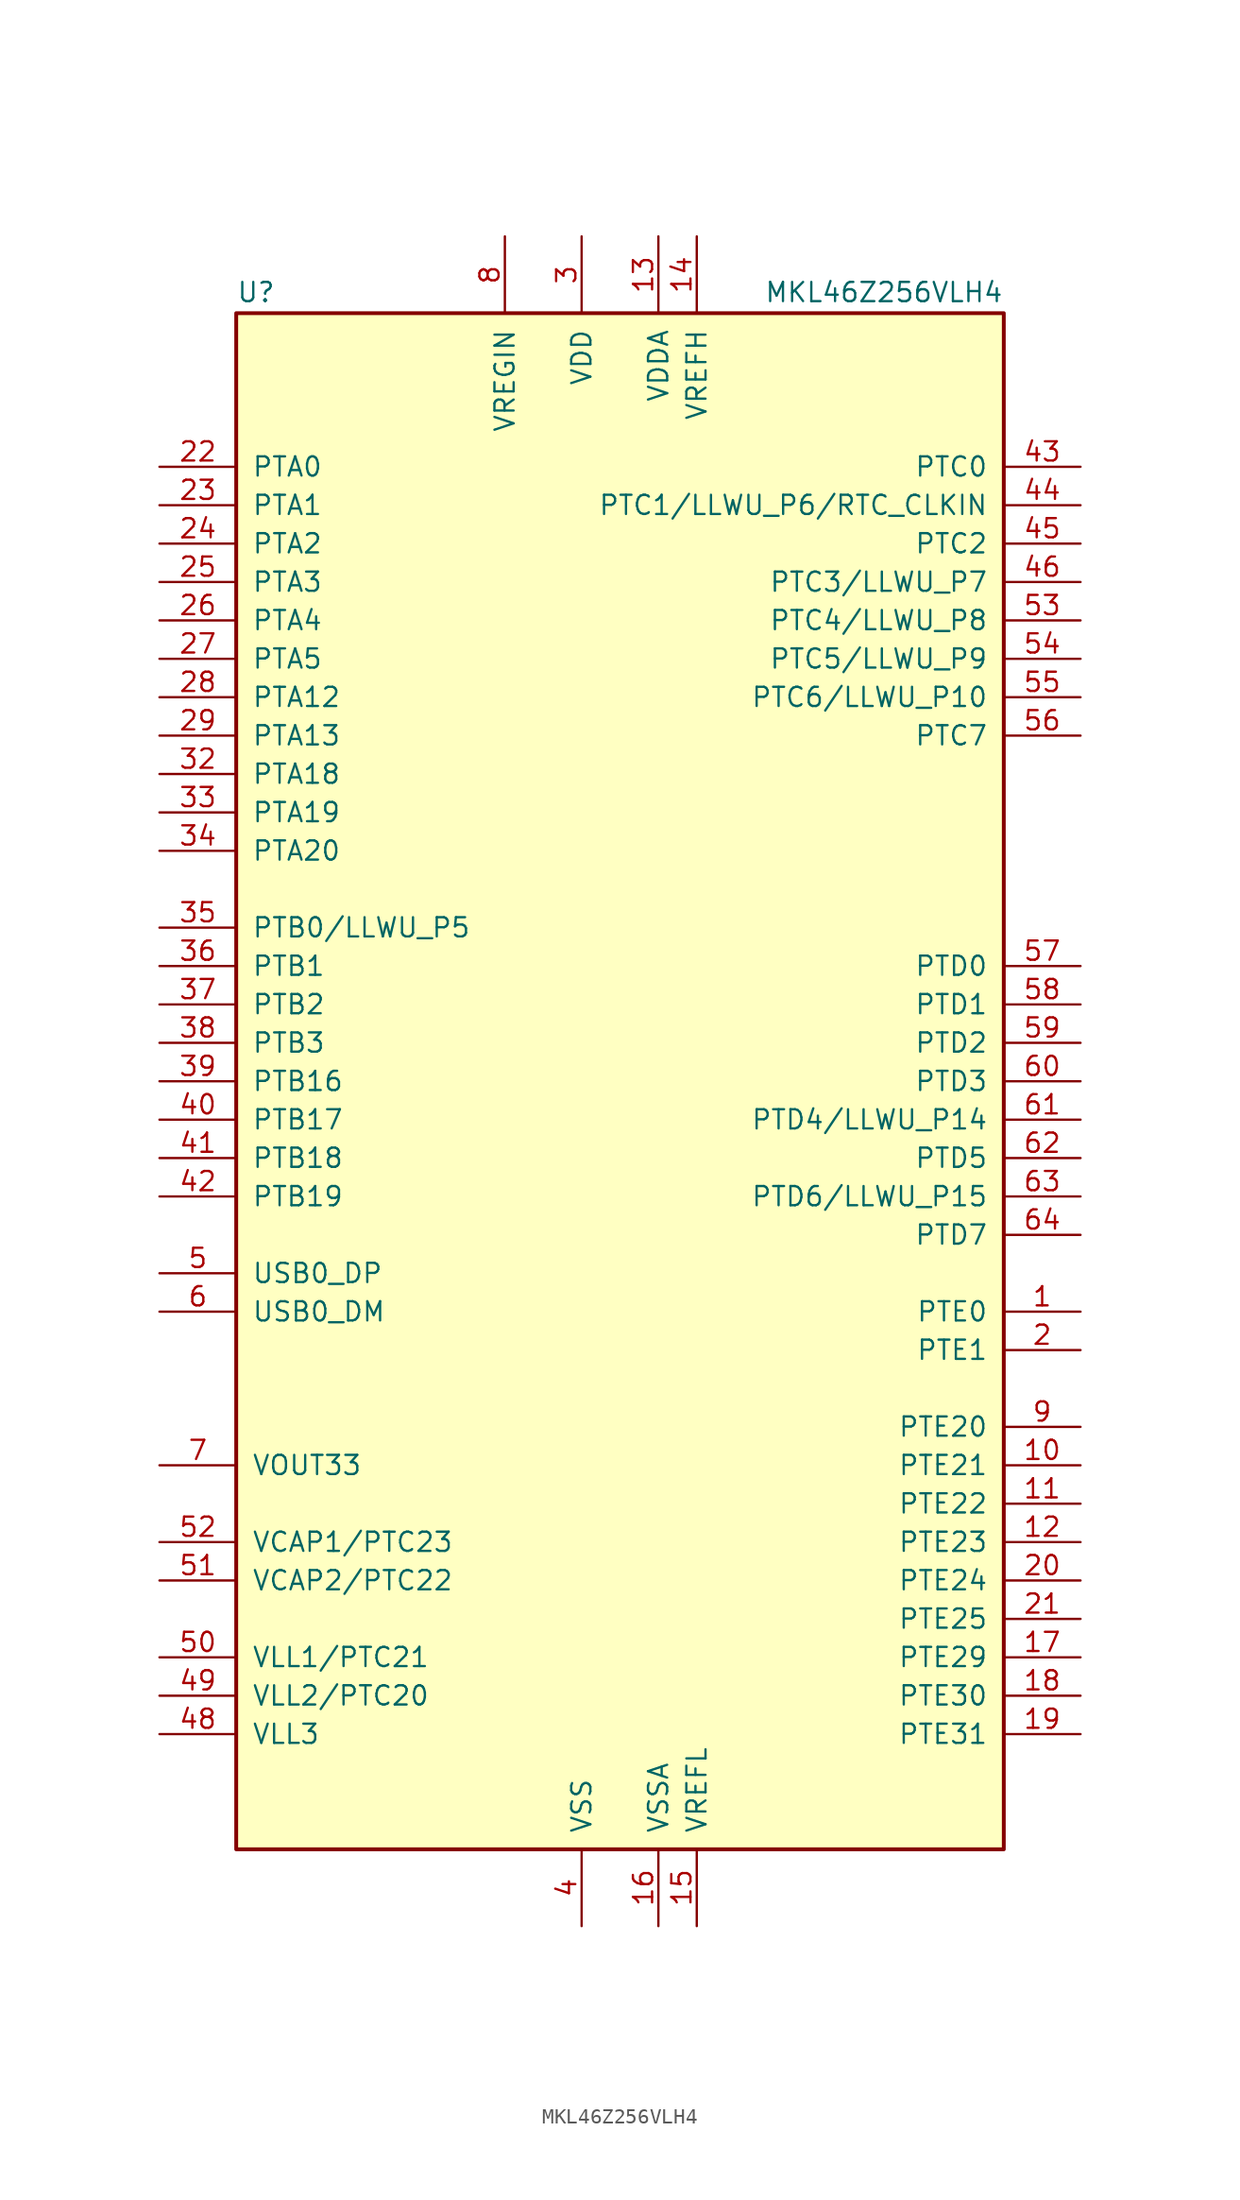
<source format=kicad_sym>
(kicad_symbol_lib
  (version 20211014)
  (generator kicad_symbol_editor)
  (symbol "MKL46Z256VLH4"
    (pin_names
      (offset 1.016))
    (property "Reference" "U"
      (at -25.4 51.435 0)
      (effects (font (size 1.27 1.27)) (justify left bottom)))
    (property "Value" "MKL46Z256VLH4"
      (at 25.4 51.435 0)
      (effects (font (size 1.27 1.27)) (justify right bottom)))
    (symbol "MKL46Z256VLH4_0_1"
      (rectangle (start -25.4 50.8) (end 25.4 -50.8) (stroke (width 0.254) (type default) (color 0 0 0 0)) (fill (type background))))
    (symbol "MKL46Z256VLH4_1_1"
      (pin bidirectional line (at 30.48 -15.24 180) (length 5.08) (name "PTE0" (effects (font (size 1.27 1.27)))) (number "1" (effects (font (size 1.27 1.27)))))
      (pin bidirectional line (at 30.48 -25.4 180) (length 5.08) (name "PTE21" (effects (font (size 1.27 1.27)))) (number "10" (effects (font (size 1.27 1.27)))))
      (pin bidirectional line (at 30.48 -27.94 180) (length 5.08) (name "PTE22" (effects (font (size 1.27 1.27)))) (number "11" (effects (font (size 1.27 1.27)))))
      (pin bidirectional line (at 30.48 -30.48 180) (length 5.08) (name "PTE23" (effects (font (size 1.27 1.27)))) (number "12" (effects (font (size 1.27 1.27)))))
      (pin power_in line (at 2.54 55.88 270) (length 5.08) (name "VDDA" (effects (font (size 1.27 1.27)))) (number "13" (effects (font (size 1.27 1.27)))))
      (pin power_in line (at 5.08 55.88 270) (length 5.08) (name "VREFH" (effects (font (size 1.27 1.27)))) (number "14" (effects (font (size 1.27 1.27)))))
      (pin power_in line (at 5.08 -55.88 90) (length 5.08) (name "VREFL" (effects (font (size 1.27 1.27)))) (number "15" (effects (font (size 1.27 1.27)))))
      (pin power_in line (at 2.54 -55.88 90) (length 5.08) (name "VSSA" (effects (font (size 1.27 1.27)))) (number "16" (effects (font (size 1.27 1.27)))))
      (pin bidirectional line (at 30.48 -38.1 180) (length 5.08) (name "PTE29" (effects (font (size 1.27 1.27)))) (number "17" (effects (font (size 1.27 1.27)))))
      (pin bidirectional line (at 30.48 -40.64 180) (length 5.08) (name "PTE30" (effects (font (size 1.27 1.27)))) (number "18" (effects (font (size 1.27 1.27)))))
      (pin bidirectional line (at 30.48 -43.18 180) (length 5.08) (name "PTE31" (effects (font (size 1.27 1.27)))) (number "19" (effects (font (size 1.27 1.27)))))
      (pin bidirectional line (at 30.48 -17.78 180) (length 5.08) (name "PTE1" (effects (font (size 1.27 1.27)))) (number "2" (effects (font (size 1.27 1.27)))))
      (pin bidirectional line (at 30.48 -33.02 180) (length 5.08) (name "PTE24" (effects (font (size 1.27 1.27)))) (number "20" (effects (font (size 1.27 1.27)))))
      (pin bidirectional line (at 30.48 -35.56 180) (length 5.08) (name "PTE25" (effects (font (size 1.27 1.27)))) (number "21" (effects (font (size 1.27 1.27)))))
      (pin bidirectional line (at -30.48 40.64 0) (length 5.08) (name "PTA0" (effects (font (size 1.27 1.27)))) (number "22" (effects (font (size 1.27 1.27)))))
      (pin bidirectional line (at -30.48 38.1 0) (length 5.08) (name "PTA1" (effects (font (size 1.27 1.27)))) (number "23" (effects (font (size 1.27 1.27)))))
      (pin bidirectional line (at -30.48 35.56 0) (length 5.08) (name "PTA2" (effects (font (size 1.27 1.27)))) (number "24" (effects (font (size 1.27 1.27)))))
      (pin bidirectional line (at -30.48 33.02 0) (length 5.08) (name "PTA3" (effects (font (size 1.27 1.27)))) (number "25" (effects (font (size 1.27 1.27)))))
      (pin bidirectional line (at -30.48 30.48 0) (length 5.08) (name "PTA4" (effects (font (size 1.27 1.27)))) (number "26" (effects (font (size 1.27 1.27)))))
      (pin bidirectional line (at -30.48 27.94 0) (length 5.08) (name "PTA5" (effects (font (size 1.27 1.27)))) (number "27" (effects (font (size 1.27 1.27)))))
      (pin bidirectional line (at -30.48 25.4 0) (length 5.08) (name "PTA12" (effects (font (size 1.27 1.27)))) (number "28" (effects (font (size 1.27 1.27)))))
      (pin bidirectional line (at -30.48 22.86 0) (length 5.08) (name "PTA13" (effects (font (size 1.27 1.27)))) (number "29" (effects (font (size 1.27 1.27)))))
      (pin power_in line (at -2.54 55.88 270) (length 5.08) (name "VDD" (effects (font (size 1.27 1.27)))) (number "3" (effects (font (size 1.27 1.27)))))
      (pin passive line (at -2.54 55.88 270) (length 5.08) hide (name "VDD" (effects (font (size 1.27 1.27)))) (number "30" (effects (font (size 1.27 1.27)))))
      (pin passive line (at -2.54 -55.88 90) (length 5.08) hide (name "VSS" (effects (font (size 1.27 1.27)))) (number "31" (effects (font (size 1.27 1.27)))))
      (pin bidirectional line (at -30.48 20.32 0) (length 5.08) (name "PTA18" (effects (font (size 1.27 1.27)))) (number "32" (effects (font (size 1.27 1.27)))))
      (pin bidirectional line (at -30.48 17.78 0) (length 5.08) (name "PTA19" (effects (font (size 1.27 1.27)))) (number "33" (effects (font (size 1.27 1.27)))))
      (pin bidirectional line (at -30.48 15.24 0) (length 5.08) (name "PTA20" (effects (font (size 1.27 1.27)))) (number "34" (effects (font (size 1.27 1.27)))))
      (pin bidirectional line (at -30.48 10.16 0) (length 5.08) (name "PTB0/LLWU_P5" (effects (font (size 1.27 1.27)))) (number "35" (effects (font (size 1.27 1.27)))))
      (pin bidirectional line (at -30.48 7.62 0) (length 5.08) (name "PTB1" (effects (font (size 1.27 1.27)))) (number "36" (effects (font (size 1.27 1.27)))))
      (pin bidirectional line (at -30.48 5.08 0) (length 5.08) (name "PTB2" (effects (font (size 1.27 1.27)))) (number "37" (effects (font (size 1.27 1.27)))))
      (pin bidirectional line (at -30.48 2.54 0) (length 5.08) (name "PTB3" (effects (font (size 1.27 1.27)))) (number "38" (effects (font (size 1.27 1.27)))))
      (pin bidirectional line (at -30.48 0 0) (length 5.08) (name "PTB16" (effects (font (size 1.27 1.27)))) (number "39" (effects (font (size 1.27 1.27)))))
      (pin power_in line (at -2.54 -55.88 90) (length 5.08) (name "VSS" (effects (font (size 1.27 1.27)))) (number "4" (effects (font (size 1.27 1.27)))))
      (pin bidirectional line (at -30.48 -2.54 0) (length 5.08) (name "PTB17" (effects (font (size 1.27 1.27)))) (number "40" (effects (font (size 1.27 1.27)))))
      (pin bidirectional line (at -30.48 -5.08 0) (length 5.08) (name "PTB18" (effects (font (size 1.27 1.27)))) (number "41" (effects (font (size 1.27 1.27)))))
      (pin bidirectional line (at -30.48 -7.62 0) (length 5.08) (name "PTB19" (effects (font (size 1.27 1.27)))) (number "42" (effects (font (size 1.27 1.27)))))
      (pin bidirectional line (at 30.48 40.64 180) (length 5.08) (name "PTC0" (effects (font (size 1.27 1.27)))) (number "43" (effects (font (size 1.27 1.27)))))
      (pin bidirectional line (at 30.48 38.1 180) (length 5.08) (name "PTC1/LLWU_P6/RTC_CLKIN" (effects (font (size 1.27 1.27)))) (number "44" (effects (font (size 1.27 1.27)))))
      (pin bidirectional line (at 30.48 35.56 180) (length 5.08) (name "PTC2" (effects (font (size 1.27 1.27)))) (number "45" (effects (font (size 1.27 1.27)))))
      (pin bidirectional line (at 30.48 33.02 180) (length 5.08) (name "PTC3/LLWU_P7" (effects (font (size 1.27 1.27)))) (number "46" (effects (font (size 1.27 1.27)))))
      (pin passive line (at -2.54 -55.88 90) (length 5.08) hide (name "VSS" (effects (font (size 1.27 1.27)))) (number "47" (effects (font (size 1.27 1.27)))))
      (pin power_out line (at -30.48 -43.18 0) (length 5.08) (name "VLL3" (effects (font (size 1.27 1.27)))) (number "48" (effects (font (size 1.27 1.27)))))
      (pin power_out line (at -30.48 -40.64 0) (length 5.08) (name "VLL2/PTC20" (effects (font (size 1.27 1.27)))) (number "49" (effects (font (size 1.27 1.27)))))
      (pin bidirectional line (at -30.48 -12.7 0) (length 5.08) (name "USB0_DP" (effects (font (size 1.27 1.27)))) (number "5" (effects (font (size 1.27 1.27)))))
      (pin power_out line (at -30.48 -38.1 0) (length 5.08) (name "VLL1/PTC21" (effects (font (size 1.27 1.27)))) (number "50" (effects (font (size 1.27 1.27)))))
      (pin passive line (at -30.48 -33.02 0) (length 5.08) (name "VCAP2/PTC22" (effects (font (size 1.27 1.27)))) (number "51" (effects (font (size 1.27 1.27)))))
      (pin passive line (at -30.48 -30.48 0) (length 5.08) (name "VCAP1/PTC23" (effects (font (size 1.27 1.27)))) (number "52" (effects (font (size 1.27 1.27)))))
      (pin bidirectional line (at 30.48 30.48 180) (length 5.08) (name "PTC4/LLWU_P8" (effects (font (size 1.27 1.27)))) (number "53" (effects (font (size 1.27 1.27)))))
      (pin bidirectional line (at 30.48 27.94 180) (length 5.08) (name "PTC5/LLWU_P9" (effects (font (size 1.27 1.27)))) (number "54" (effects (font (size 1.27 1.27)))))
      (pin bidirectional line (at 30.48 25.4 180) (length 5.08) (name "PTC6/LLWU_P10" (effects (font (size 1.27 1.27)))) (number "55" (effects (font (size 1.27 1.27)))))
      (pin bidirectional line (at 30.48 22.86 180) (length 5.08) (name "PTC7" (effects (font (size 1.27 1.27)))) (number "56" (effects (font (size 1.27 1.27)))))
      (pin bidirectional line (at 30.48 7.62 180) (length 5.08) (name "PTD0" (effects (font (size 1.27 1.27)))) (number "57" (effects (font (size 1.27 1.27)))))
      (pin bidirectional line (at 30.48 5.08 180) (length 5.08) (name "PTD1" (effects (font (size 1.27 1.27)))) (number "58" (effects (font (size 1.27 1.27)))))
      (pin bidirectional line (at 30.48 2.54 180) (length 5.08) (name "PTD2" (effects (font (size 1.27 1.27)))) (number "59" (effects (font (size 1.27 1.27)))))
      (pin bidirectional line (at -30.48 -15.24 0) (length 5.08) (name "USB0_DM" (effects (font (size 1.27 1.27)))) (number "6" (effects (font (size 1.27 1.27)))))
      (pin bidirectional line (at 30.48 0 180) (length 5.08) (name "PTD3" (effects (font (size 1.27 1.27)))) (number "60" (effects (font (size 1.27 1.27)))))
      (pin bidirectional line (at 30.48 -2.54 180) (length 5.08) (name "PTD4/LLWU_P14" (effects (font (size 1.27 1.27)))) (number "61" (effects (font (size 1.27 1.27)))))
      (pin bidirectional line (at 30.48 -5.08 180) (length 5.08) (name "PTD5" (effects (font (size 1.27 1.27)))) (number "62" (effects (font (size 1.27 1.27)))))
      (pin bidirectional line (at 30.48 -7.62 180) (length 5.08) (name "PTD6/LLWU_P15" (effects (font (size 1.27 1.27)))) (number "63" (effects (font (size 1.27 1.27)))))
      (pin bidirectional line (at 30.48 -10.16 180) (length 5.08) (name "PTD7" (effects (font (size 1.27 1.27)))) (number "64" (effects (font (size 1.27 1.27)))))
      (pin power_out line (at -30.48 -25.4 0) (length 5.08) (name "VOUT33" (effects (font (size 1.27 1.27)))) (number "7" (effects (font (size 1.27 1.27)))))
      (pin power_in line (at -7.62 55.88 270) (length 5.08) (name "VREGIN" (effects (font (size 1.27 1.27)))) (number "8" (effects (font (size 1.27 1.27)))))
      (pin bidirectional line (at 30.48 -22.86 180) (length 5.08) (name "PTE20" (effects (font (size 1.27 1.27)))) (number "9" (effects (font (size 1.27 1.27))))))))
</source>
